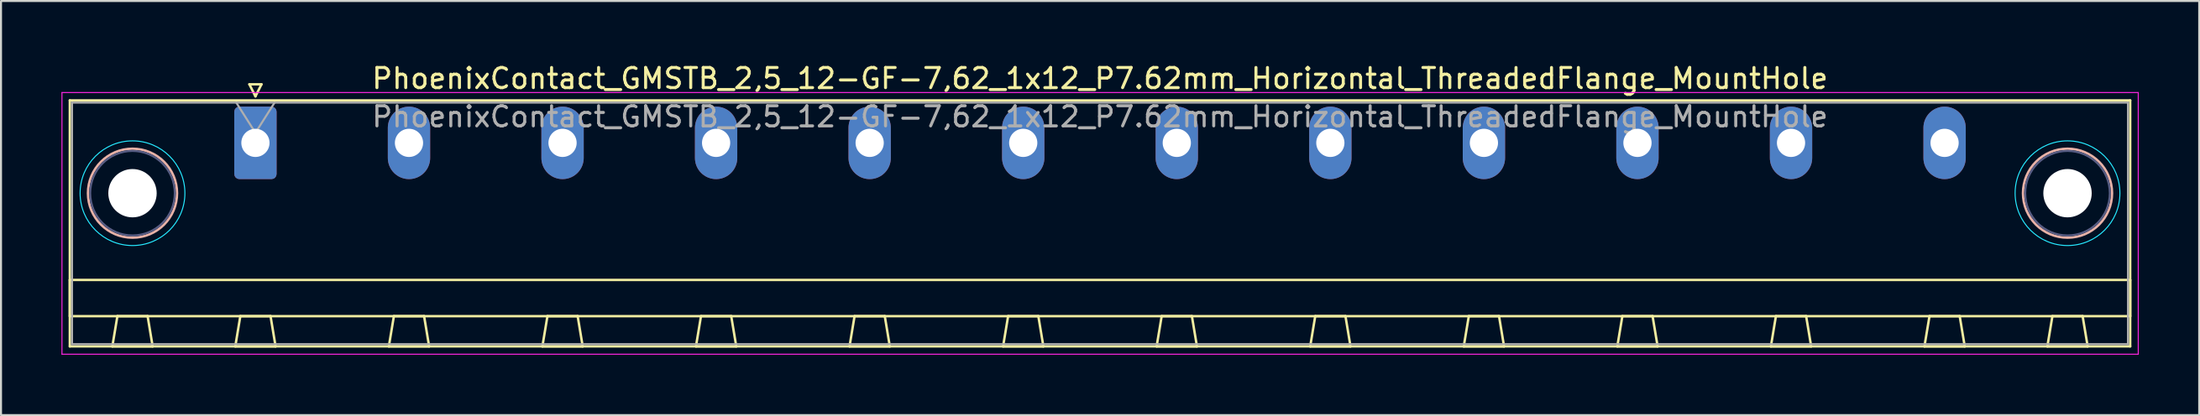
<source format=kicad_pcb>
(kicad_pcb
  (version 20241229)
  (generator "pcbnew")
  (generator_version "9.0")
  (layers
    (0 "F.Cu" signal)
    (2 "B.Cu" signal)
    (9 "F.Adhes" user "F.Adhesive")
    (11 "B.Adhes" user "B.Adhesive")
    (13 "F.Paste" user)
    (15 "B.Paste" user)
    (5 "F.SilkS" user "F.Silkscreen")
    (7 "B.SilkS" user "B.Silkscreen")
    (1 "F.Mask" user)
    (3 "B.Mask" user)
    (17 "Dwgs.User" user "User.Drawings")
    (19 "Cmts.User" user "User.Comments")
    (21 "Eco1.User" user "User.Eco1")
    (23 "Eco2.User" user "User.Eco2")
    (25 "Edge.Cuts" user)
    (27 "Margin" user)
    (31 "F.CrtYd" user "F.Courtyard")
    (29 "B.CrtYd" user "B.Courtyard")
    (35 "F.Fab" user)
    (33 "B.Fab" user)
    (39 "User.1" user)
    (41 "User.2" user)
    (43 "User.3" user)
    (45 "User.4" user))
  (footprint "PhoenixContact_GMSTB_2,5_12-GF-7,62_1x12_P7.62mm_Horizontal_ThreadedFlange_MountHole"
    (layer "F.Cu")
    (at 9.625 4.048)
    (property "Reference" "PhoenixContact_GMSTB_2,5_12-GF-7,62_1x12_P7.62mm_Horizontal_ThreadedFlange_MountHole" (at 41.91 -3.2 0) (layer "F.SilkS") (effects (font (size 1 1) (thickness 0.15))))
    (attr through_hole)
    (fp_line (start -9.21 -2.11) (end -9.21 10.11) (stroke (width 0.12) (type solid)) (layer "F.SilkS"))
    (fp_line (start -9.21 6.81) (end 93.03 6.81) (stroke (width 0.12) (type solid)) (layer "F.SilkS"))
    (fp_line (start -9.21 8.61) (end -9.21 6.81) (stroke (width 0.12) (type solid)) (layer "F.SilkS"))
    (fp_line (start -9.21 10.11) (end 93.03 10.11) (stroke (width 0.12) (type solid)) (layer "F.SilkS"))
    (fp_line (start -7.1 10.11) (end -5.1 10.11) (stroke (width 0.12) (type solid)) (layer "F.SilkS"))
    (fp_line (start -6.85 8.61) (end -7.1 10.11) (stroke (width 0.12) (type solid)) (layer "F.SilkS"))
    (fp_line (start -5.35 8.61) (end -6.85 8.61) (stroke (width 0.12) (type solid)) (layer "F.SilkS"))
    (fp_line (start -5.1 10.11) (end -5.35 8.61) (stroke (width 0.12) (type solid)) (layer "F.SilkS"))
    (fp_line (start -1 10.11) (end 1 10.11) (stroke (width 0.12) (type solid)) (layer "F.SilkS"))
    (fp_line (start -0.75 8.61) (end -1 10.11) (stroke (width 0.12) (type solid)) (layer "F.SilkS"))
    (fp_line (start -0.3 -2.91) (end 0.3 -2.91) (stroke (width 0.12) (type solid)) (layer "F.SilkS"))
    (fp_line (start 0 -2.31) (end -0.3 -2.91) (stroke (width 0.12) (type solid)) (layer "F.SilkS"))
    (fp_line (start 0.3 -2.91) (end 0 -2.31) (stroke (width 0.12) (type solid)) (layer "F.SilkS"))
    (fp_line (start 0.75 8.61) (end -0.75 8.61) (stroke (width 0.12) (type solid)) (layer "F.SilkS"))
    (fp_line (start 1 10.11) (end 0.75 8.61) (stroke (width 0.12) (type solid)) (layer "F.SilkS"))
    (fp_line (start 6.62 10.11) (end 8.62 10.11) (stroke (width 0.12) (type solid)) (layer "F.SilkS"))
    (fp_line (start 6.87 8.61) (end 6.62 10.11) (stroke (width 0.12) (type solid)) (layer "F.SilkS"))
    (fp_line (start 8.37 8.61) (end 6.87 8.61) (stroke (width 0.12) (type solid)) (layer "F.SilkS"))
    (fp_line (start 8.62 10.11) (end 8.37 8.61) (stroke (width 0.12) (type solid)) (layer "F.SilkS"))
    (fp_line (start 14.24 10.11) (end 16.24 10.11) (stroke (width 0.12) (type solid)) (layer "F.SilkS"))
    (fp_line (start 14.49 8.61) (end 14.24 10.11) (stroke (width 0.12) (type solid)) (layer "F.SilkS"))
    (fp_line (start 15.99 8.61) (end 14.49 8.61) (stroke (width 0.12) (type solid)) (layer "F.SilkS"))
    (fp_line (start 16.24 10.11) (end 15.99 8.61) (stroke (width 0.12) (type solid)) (layer "F.SilkS"))
    (fp_line (start 21.86 10.11) (end 23.86 10.11) (stroke (width 0.12) (type solid)) (layer "F.SilkS"))
    (fp_line (start 22.11 8.61) (end 21.86 10.11) (stroke (width 0.12) (type solid)) (layer "F.SilkS"))
    (fp_line (start 23.61 8.61) (end 22.11 8.61) (stroke (width 0.12) (type solid)) (layer "F.SilkS"))
    (fp_line (start 23.86 10.11) (end 23.61 8.61) (stroke (width 0.12) (type solid)) (layer "F.SilkS"))
    (fp_line (start 29.48 10.11) (end 31.48 10.11) (stroke (width 0.12) (type solid)) (layer "F.SilkS"))
    (fp_line (start 29.73 8.61) (end 29.48 10.11) (stroke (width 0.12) (type solid)) (layer "F.SilkS"))
    (fp_line (start 31.23 8.61) (end 29.73 8.61) (stroke (width 0.12) (type solid)) (layer "F.SilkS"))
    (fp_line (start 31.48 10.11) (end 31.23 8.61) (stroke (width 0.12) (type solid)) (layer "F.SilkS"))
    (fp_line (start 37.1 10.11) (end 39.1 10.11) (stroke (width 0.12) (type solid)) (layer "F.SilkS"))
    (fp_line (start 37.35 8.61) (end 37.1 10.11) (stroke (width 0.12) (type solid)) (layer "F.SilkS"))
    (fp_line (start 38.85 8.61) (end 37.35 8.61) (stroke (width 0.12) (type solid)) (layer "F.SilkS"))
    (fp_line (start 39.1 10.11) (end 38.85 8.61) (stroke (width 0.12) (type solid)) (layer "F.SilkS"))
    (fp_line (start 44.72 10.11) (end 46.72 10.11) (stroke (width 0.12) (type solid)) (layer "F.SilkS"))
    (fp_line (start 44.97 8.61) (end 44.72 10.11) (stroke (width 0.12) (type solid)) (layer "F.SilkS"))
    (fp_line (start 46.47 8.61) (end 44.97 8.61) (stroke (width 0.12) (type solid)) (layer "F.SilkS"))
    (fp_line (start 46.72 10.11) (end 46.47 8.61) (stroke (width 0.12) (type solid)) (layer "F.SilkS"))
    (fp_line (start 52.34 10.11) (end 54.34 10.11) (stroke (width 0.12) (type solid)) (layer "F.SilkS"))
    (fp_line (start 52.59 8.61) (end 52.34 10.11) (stroke (width 0.12) (type solid)) (layer "F.SilkS"))
    (fp_line (start 54.09 8.61) (end 52.59 8.61) (stroke (width 0.12) (type solid)) (layer "F.SilkS"))
    (fp_line (start 54.34 10.11) (end 54.09 8.61) (stroke (width 0.12) (type solid)) (layer "F.SilkS"))
    (fp_line (start 59.96 10.11) (end 61.96 10.11) (stroke (width 0.12) (type solid)) (layer "F.SilkS"))
    (fp_line (start 60.21 8.61) (end 59.96 10.11) (stroke (width 0.12) (type solid)) (layer "F.SilkS"))
    (fp_line (start 61.71 8.61) (end 60.21 8.61) (stroke (width 0.12) (type solid)) (layer "F.SilkS"))
    (fp_line (start 61.96 10.11) (end 61.71 8.61) (stroke (width 0.12) (type solid)) (layer "F.SilkS"))
    (fp_line (start 67.58 10.11) (end 69.58 10.11) (stroke (width 0.12) (type solid)) (layer "F.SilkS"))
    (fp_line (start 67.83 8.61) (end 67.58 10.11) (stroke (width 0.12) (type solid)) (layer "F.SilkS"))
    (fp_line (start 69.33 8.61) (end 67.83 8.61) (stroke (width 0.12) (type solid)) (layer "F.SilkS"))
    (fp_line (start 69.58 10.11) (end 69.33 8.61) (stroke (width 0.12) (type solid)) (layer "F.SilkS"))
    (fp_line (start 75.2 10.11) (end 77.2 10.11) (stroke (width 0.12) (type solid)) (layer "F.SilkS"))
    (fp_line (start 75.45 8.61) (end 75.2 10.11) (stroke (width 0.12) (type solid)) (layer "F.SilkS"))
    (fp_line (start 76.95 8.61) (end 75.45 8.61) (stroke (width 0.12) (type solid)) (layer "F.SilkS"))
    (fp_line (start 77.2 10.11) (end 76.95 8.61) (stroke (width 0.12) (type solid)) (layer "F.SilkS"))
    (fp_line (start 82.82 10.11) (end 84.82 10.11) (stroke (width 0.12) (type solid)) (layer "F.SilkS"))
    (fp_line (start 83.07 8.61) (end 82.82 10.11) (stroke (width 0.12) (type solid)) (layer "F.SilkS"))
    (fp_line (start 84.57 8.61) (end 83.07 8.61) (stroke (width 0.12) (type solid)) (layer "F.SilkS"))
    (fp_line (start 84.82 10.11) (end 84.57 8.61) (stroke (width 0.12) (type solid)) (layer "F.SilkS"))
    (fp_line (start 88.92 10.11) (end 90.92 10.11) (stroke (width 0.12) (type solid)) (layer "F.SilkS"))
    (fp_line (start 89.17 8.61) (end 88.92 10.11) (stroke (width 0.12) (type solid)) (layer "F.SilkS"))
    (fp_line (start 90.67 8.61) (end 89.17 8.61) (stroke (width 0.12) (type solid)) (layer "F.SilkS"))
    (fp_line (start 90.92 10.11) (end 90.67 8.61) (stroke (width 0.12) (type solid)) (layer "F.SilkS"))
    (fp_line (start 93.03 -2.11) (end -9.21 -2.11) (stroke (width 0.12) (type solid)) (layer "F.SilkS"))
    (fp_line (start 93.03 6.81) (end 93.03 8.61) (stroke (width 0.12) (type solid)) (layer "F.SilkS"))
    (fp_line (start 93.03 8.61) (end -9.21 8.61) (stroke (width 0.12) (type solid)) (layer "F.SilkS"))
    (fp_line (start 93.03 10.11) (end 93.03 -2.11) (stroke (width 0.12) (type solid)) (layer "F.SilkS"))
    (fp_circle (center -6.1 2.5) (end -3.89 2.5) (stroke (width 0.12) (type solid)) (fill no) (layer "B.SilkS"))
    (fp_circle (center 89.92 2.5) (end 92.13 2.5) (stroke (width 0.12) (type solid)) (fill no) (layer "B.SilkS"))
    (fp_circle (center -6.1 2.5) (end -3.5 2.5) (stroke (width 0.05) (type solid)) (fill no) (layer "B.CrtYd"))
    (fp_circle (center 89.92 2.5) (end 92.52 2.5) (stroke (width 0.05) (type solid)) (fill no) (layer "B.CrtYd"))
    (fp_line (start -9.6 -2.5) (end -9.6 10.5) (stroke (width 0.05) (type solid)) (layer "F.CrtYd"))
    (fp_line (start -9.6 10.5) (end 93.43 10.5) (stroke (width 0.05) (type solid)) (layer "F.CrtYd"))
    (fp_line (start 93.43 -2.5) (end -9.6 -2.5) (stroke (width 0.05) (type solid)) (layer "F.CrtYd"))
    (fp_line (start 93.43 10.5) (end 93.43 -2.5) (stroke (width 0.05) (type solid)) (layer "F.CrtYd"))
    (fp_circle (center -6.1 2.5) (end -4 2.5) (stroke (width 0.1) (type solid)) (fill no) (layer "B.Fab"))
    (fp_circle (center 89.92 2.5) (end 92.02 2.5) (stroke (width 0.1) (type solid)) (fill no) (layer "B.Fab"))
    (fp_line (start -9.1 -2) (end -9.1 10) (stroke (width 0.1) (type solid)) (layer "F.Fab"))
    (fp_line (start -9.1 10) (end 92.92 10) (stroke (width 0.1) (type solid)) (layer "F.Fab"))
    (fp_line (start 0 -0.5) (end -0.95 -2) (stroke (width 0.1) (type solid)) (layer "F.Fab"))
    (fp_line (start 0.95 -2) (end 0 -0.5) (stroke (width 0.1) (type solid)) (layer "F.Fab"))
    (fp_line (start 92.92 -2) (end -9.1 -2) (stroke (width 0.1) (type solid)) (layer "F.Fab"))
    (fp_line (start 92.92 10) (end 92.92 -2) (stroke (width 0.1) (type solid)) (layer "F.Fab"))
    (fp_text user "${REFERENCE}" (at 41.91 -1.3 0) (layer "F.Fab") (effects (font (size 1 1) (thickness 0.15))))
    (pad "" np_thru_hole circle (at -6.1 2.5) (size 2.4 2.4) (drill 2.4) (layers "*.Cu" "*.Mask"))
    (pad "" np_thru_hole circle (at 89.92 2.5) (size 2.4 2.4) (drill 2.4) (layers "*.Cu" "*.Mask"))
    (pad "1" thru_hole roundrect (at 0 0) (size 2.1 3.6) (drill 1.4) (layers "*.Cu" "*.Mask") (roundrect_rratio 0.119))
    (pad "2" thru_hole oval (at 7.62 0) (size 2.1 3.6) (drill 1.4) (layers "*.Cu" "*.Mask"))
    (pad "3" thru_hole oval (at 15.24 0) (size 2.1 3.6) (drill 1.4) (layers "*.Cu" "*.Mask"))
    (pad "4" thru_hole oval (at 22.86 0) (size 2.1 3.6) (drill 1.4) (layers "*.Cu" "*.Mask"))
    (pad "5" thru_hole oval (at 30.48 0) (size 2.1 3.6) (drill 1.4) (layers "*.Cu" "*.Mask"))
    (pad "6" thru_hole oval (at 38.1 0) (size 2.1 3.6) (drill 1.4) (layers "*.Cu" "*.Mask"))
    (pad "7" thru_hole oval (at 45.72 0) (size 2.1 3.6) (drill 1.4) (layers "*.Cu" "*.Mask"))
    (pad "8" thru_hole oval (at 53.34 0) (size 2.1 3.6) (drill 1.4) (layers "*.Cu" "*.Mask"))
    (pad "9" thru_hole oval (at 60.96 0) (size 2.1 3.6) (drill 1.4) (layers "*.Cu" "*.Mask"))
    (pad "10" thru_hole oval (at 68.58 0) (size 2.1 3.6) (drill 1.4) (layers "*.Cu" "*.Mask"))
    (pad "11" thru_hole oval (at 76.2 0) (size 2.1 3.6) (drill 1.4) (layers "*.Cu" "*.Mask"))
    (pad "12" thru_hole oval (at 83.82 0) (size 2.1 3.6) (drill 1.4) (layers "*.Cu" "*.Mask")))
  (gr_rect
    (start -3 -3)
    (end 106.08 17.573)
    (stroke (width 0.1) (type default))
    (fill no)
    (layer "Edge.Cuts")))
</source>
